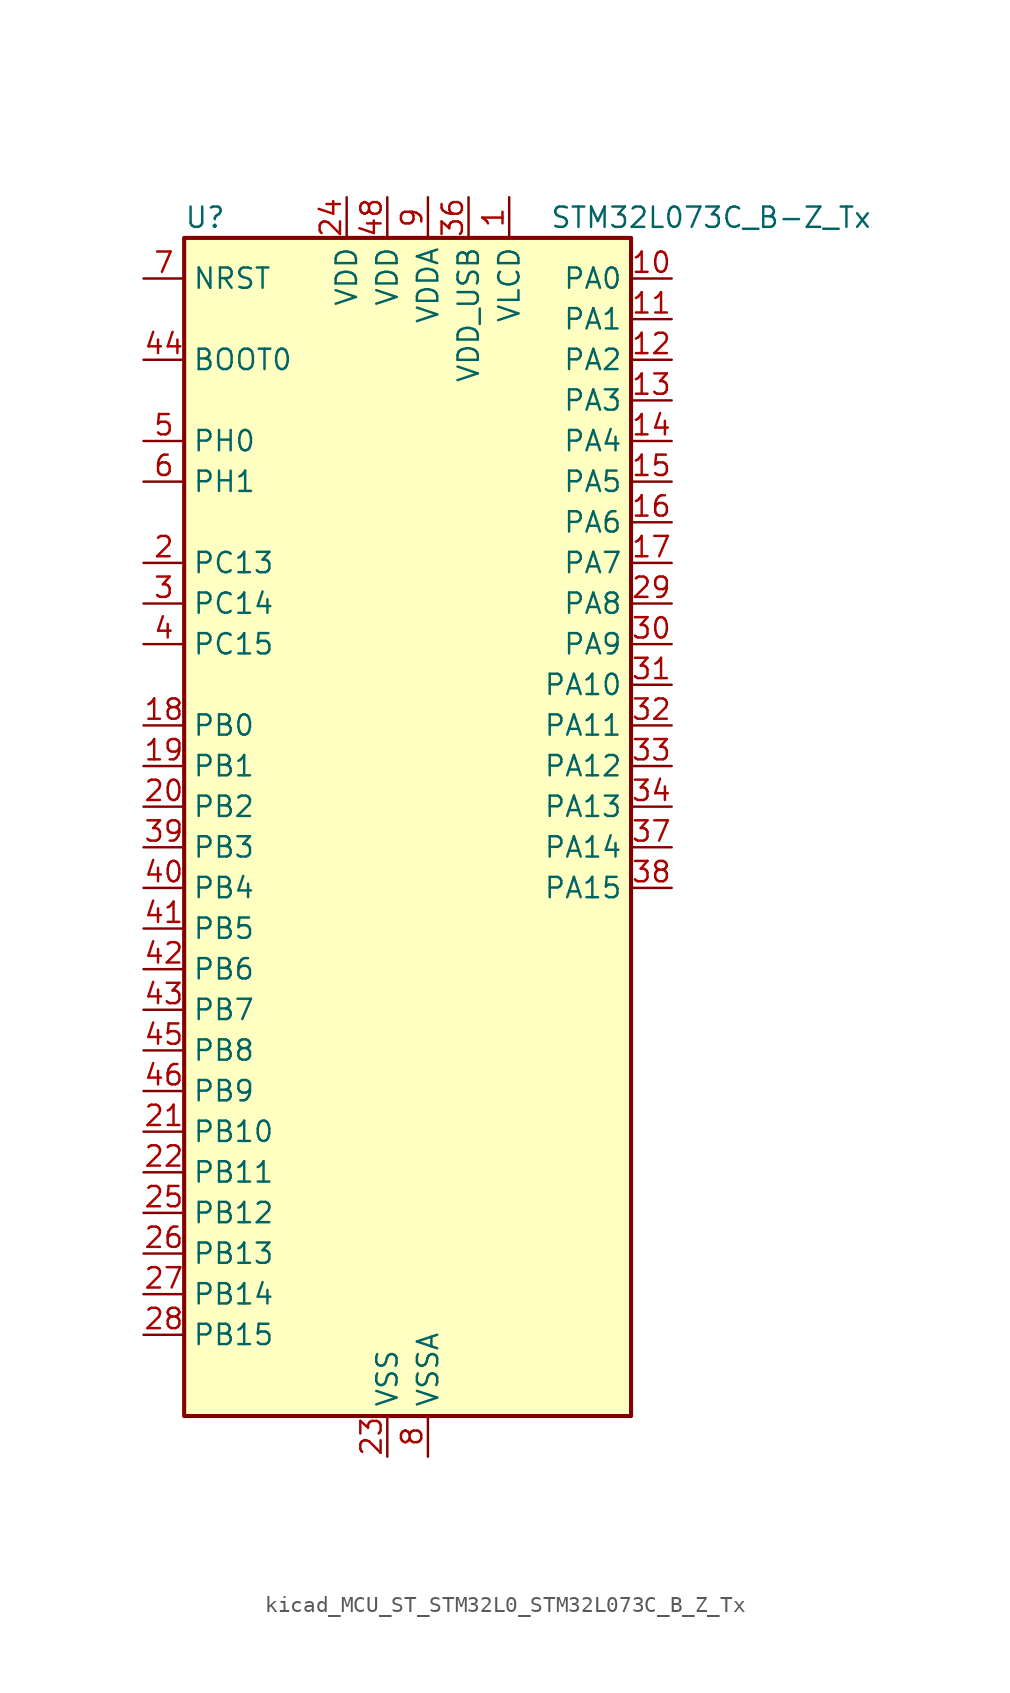
<source format=kicad_sym>
(kicad_symbol_lib
  (version 20220914)
  (generator kicad_symbol_editor)
  (symbol "kicad_MCU_ST_STM32L0_STM32L073C_B_Z_Tx"
    (property "Reference" "U"
      (at -12.7 39.37 0)
      (effects (font (size 1.27 1.27)) (justify left)))
    (property "Value" "STM32L073C_B-Z_Tx"
      (at 10.16 39.37 0)
      (effects (font (size 1.27 1.27)) (justify left)))
    (property "ki_locked" ""
      (at 0 0 0)
      (effects (font (size 1.27 1.27))))
    (symbol "kicad_MCU_ST_STM32L0_STM32L073C_B_Z_Tx_0_1"
      (rectangle (start -12.7 -35.56) (end 15.24 38.1) (stroke (width 0.254) (type default)) (fill (type background))))
    (symbol "kicad_MCU_ST_STM32L0_STM32L073C_B_Z_Tx_1_1"
      (pin power_in line (at 7.62 40.64 270) (length 2.54) (name "VLCD" (effects (font (size 1.27 1.27)))) (number "1" (effects (font (size 1.27 1.27)))))
      (pin bidirectional line (at 17.78 35.56 180) (length 2.54) (name "PA0" (effects (font (size 1.27 1.27)))) (number "10" (effects (font (size 1.27 1.27)))) (alternate "ADC_IN0" bidirectional line) (alternate "COMP1_INM" bidirectional line) (alternate "COMP1_OUT" bidirectional line) (alternate "RTC_TAMP2" bidirectional line) (alternate "SYS_WKUP1" bidirectional line) (alternate "TIM2_CH1" bidirectional line) (alternate "TIM2_ETR" bidirectional line) (alternate "TSC_G1_IO1" bidirectional line) (alternate "USART2_CTS" bidirectional line) (alternate "USART4_TX" bidirectional line))
      (pin bidirectional line (at 17.78 33.02 180) (length 2.54) (name "PA1" (effects (font (size 1.27 1.27)))) (number "11" (effects (font (size 1.27 1.27)))) (alternate "ADC_IN1" bidirectional line) (alternate "COMP1_INP" bidirectional line) (alternate "LCD_SEG0" bidirectional line) (alternate "TIM21_ETR" bidirectional line) (alternate "TIM2_CH2" bidirectional line) (alternate "TSC_G1_IO2" bidirectional line) (alternate "USART2_DE" bidirectional line) (alternate "USART2_RTS" bidirectional line) (alternate "USART4_RX" bidirectional line))
      (pin bidirectional line (at 17.78 30.48 180) (length 2.54) (name "PA2" (effects (font (size 1.27 1.27)))) (number "12" (effects (font (size 1.27 1.27)))) (alternate "ADC_IN2" bidirectional line) (alternate "COMP2_INM" bidirectional line) (alternate "COMP2_OUT" bidirectional line) (alternate "LCD_SEG1" bidirectional line) (alternate "LPUART1_TX" bidirectional line) (alternate "TIM21_CH1" bidirectional line) (alternate "TIM2_CH3" bidirectional line) (alternate "TSC_G1_IO3" bidirectional line) (alternate "USART2_TX" bidirectional line))
      (pin bidirectional line (at 17.78 27.94 180) (length 2.54) (name "PA3" (effects (font (size 1.27 1.27)))) (number "13" (effects (font (size 1.27 1.27)))) (alternate "ADC_IN3" bidirectional line) (alternate "COMP2_INP" bidirectional line) (alternate "LCD_SEG2" bidirectional line) (alternate "LPUART1_RX" bidirectional line) (alternate "TIM21_CH2" bidirectional line) (alternate "TIM2_CH4" bidirectional line) (alternate "TSC_G1_IO4" bidirectional line) (alternate "USART2_RX" bidirectional line))
      (pin bidirectional line (at 17.78 25.4 180) (length 2.54) (name "PA4" (effects (font (size 1.27 1.27)))) (number "14" (effects (font (size 1.27 1.27)))) (alternate "ADC_IN4" bidirectional line) (alternate "COMP1_INM" bidirectional line) (alternate "COMP2_INM" bidirectional line) (alternate "DAC_OUT1" bidirectional line) (alternate "SPI1_NSS" bidirectional line) (alternate "TIM22_ETR" bidirectional line) (alternate "TSC_G2_IO1" bidirectional line) (alternate "USART2_CK" bidirectional line))
      (pin bidirectional line (at 17.78 22.86 180) (length 2.54) (name "PA5" (effects (font (size 1.27 1.27)))) (number "15" (effects (font (size 1.27 1.27)))) (alternate "ADC_IN5" bidirectional line) (alternate "COMP1_INM" bidirectional line) (alternate "COMP2_INM" bidirectional line) (alternate "DAC_OUT2" bidirectional line) (alternate "SPI1_SCK" bidirectional line) (alternate "TIM2_CH1" bidirectional line) (alternate "TIM2_ETR" bidirectional line) (alternate "TSC_G2_IO2" bidirectional line))
      (pin bidirectional line (at 17.78 20.32 180) (length 2.54) (name "PA6" (effects (font (size 1.27 1.27)))) (number "16" (effects (font (size 1.27 1.27)))) (alternate "ADC_IN6" bidirectional line) (alternate "COMP1_OUT" bidirectional line) (alternate "LCD_SEG3" bidirectional line) (alternate "LPUART1_CTS" bidirectional line) (alternate "SPI1_MISO" bidirectional line) (alternate "TIM22_CH1" bidirectional line) (alternate "TIM3_CH1" bidirectional line) (alternate "TSC_G2_IO3" bidirectional line))
      (pin bidirectional line (at 17.78 17.78 180) (length 2.54) (name "PA7" (effects (font (size 1.27 1.27)))) (number "17" (effects (font (size 1.27 1.27)))) (alternate "ADC_IN7" bidirectional line) (alternate "COMP2_OUT" bidirectional line) (alternate "LCD_SEG4" bidirectional line) (alternate "SPI1_MOSI" bidirectional line) (alternate "TIM22_CH2" bidirectional line) (alternate "TIM3_CH2" bidirectional line) (alternate "TSC_G2_IO4" bidirectional line))
      (pin bidirectional line (at -15.24 7.62 0) (length 2.54) (name "PB0" (effects (font (size 1.27 1.27)))) (number "18" (effects (font (size 1.27 1.27)))) (alternate "ADC_IN8" bidirectional line) (alternate "LCD_SEG5" bidirectional line) (alternate "LCD_VLCD3" bidirectional line) (alternate "SYS_VREF_OUT_PB0" bidirectional line) (alternate "TIM3_CH3" bidirectional line) (alternate "TSC_G3_IO2" bidirectional line))
      (pin bidirectional line (at -15.24 5.08 0) (length 2.54) (name "PB1" (effects (font (size 1.27 1.27)))) (number "19" (effects (font (size 1.27 1.27)))) (alternate "ADC_IN9" bidirectional line) (alternate "LCD_SEG6" bidirectional line) (alternate "LPUART1_DE" bidirectional line) (alternate "LPUART1_RTS" bidirectional line) (alternate "SYS_VREF_OUT_PB1" bidirectional line) (alternate "TIM3_CH4" bidirectional line) (alternate "TSC_G3_IO3" bidirectional line))
      (pin bidirectional line (at -15.24 17.78 0) (length 2.54) (name "PC13" (effects (font (size 1.27 1.27)))) (number "2" (effects (font (size 1.27 1.27)))) (alternate "RTC_OUT_ALARM" bidirectional line) (alternate "RTC_OUT_CALIB" bidirectional line) (alternate "RTC_TAMP1" bidirectional line) (alternate "RTC_TS" bidirectional line) (alternate "SYS_WKUP2" bidirectional line))
      (pin bidirectional line (at -15.24 2.54 0) (length 2.54) (name "PB2" (effects (font (size 1.27 1.27)))) (number "20" (effects (font (size 1.27 1.27)))) (alternate "I2C3_SMBA" bidirectional line) (alternate "LCD_VLCD2" bidirectional line) (alternate "LPTIM1_OUT" bidirectional line) (alternate "TSC_G3_IO4" bidirectional line))
      (pin bidirectional line (at -15.24 -17.78 0) (length 2.54) (name "PB10" (effects (font (size 1.27 1.27)))) (number "21" (effects (font (size 1.27 1.27)))) (alternate "I2C2_SCL" bidirectional line) (alternate "LCD_SEG10" bidirectional line) (alternate "LPUART1_RX" bidirectional line) (alternate "LPUART1_TX" bidirectional line) (alternate "SPI2_SCK" bidirectional line) (alternate "TIM2_CH3" bidirectional line) (alternate "TSC_SYNC" bidirectional line))
      (pin bidirectional line (at -15.24 -20.32 0) (length 2.54) (name "PB11" (effects (font (size 1.27 1.27)))) (number "22" (effects (font (size 1.27 1.27)))) (alternate "ADC_EXTI11" bidirectional line) (alternate "I2C2_SDA" bidirectional line) (alternate "LCD_SEG11" bidirectional line) (alternate "LPUART1_RX" bidirectional line) (alternate "LPUART1_TX" bidirectional line) (alternate "TIM2_CH4" bidirectional line) (alternate "TSC_G6_IO1" bidirectional line))
      (pin power_in line (at 0 -38.1 90) (length 2.54) (name "VSS" (effects (font (size 1.27 1.27)))) (number "23" (effects (font (size 1.27 1.27)))))
      (pin power_in line (at -2.54 40.64 270) (length 2.54) (name "VDD" (effects (font (size 1.27 1.27)))) (number "24" (effects (font (size 1.27 1.27)))))
      (pin bidirectional line (at -15.24 -22.86 0) (length 2.54) (name "PB12" (effects (font (size 1.27 1.27)))) (number "25" (effects (font (size 1.27 1.27)))) (alternate "I2S2_WS" bidirectional line) (alternate "LCD_SEG12" bidirectional line) (alternate "LCD_VLCD2" bidirectional line) (alternate "LPUART1_DE" bidirectional line) (alternate "LPUART1_RTS" bidirectional line) (alternate "SPI2_NSS" bidirectional line) (alternate "TSC_G6_IO2" bidirectional line))
      (pin bidirectional line (at -15.24 -25.4 0) (length 2.54) (name "PB13" (effects (font (size 1.27 1.27)))) (number "26" (effects (font (size 1.27 1.27)))) (alternate "I2C2_SCL" bidirectional line) (alternate "I2S2_CK" bidirectional line) (alternate "LCD_SEG13" bidirectional line) (alternate "LPUART1_CTS" bidirectional line) (alternate "RCC_MCO" bidirectional line) (alternate "SPI2_SCK" bidirectional line) (alternate "TIM21_CH1" bidirectional line) (alternate "TSC_G6_IO3" bidirectional line))
      (pin bidirectional line (at -15.24 -27.94 0) (length 2.54) (name "PB14" (effects (font (size 1.27 1.27)))) (number "27" (effects (font (size 1.27 1.27)))) (alternate "I2C2_SDA" bidirectional line) (alternate "I2S2_MCK" bidirectional line) (alternate "LCD_SEG14" bidirectional line) (alternate "LPUART1_DE" bidirectional line) (alternate "LPUART1_RTS" bidirectional line) (alternate "RTC_OUT_ALARM" bidirectional line) (alternate "RTC_OUT_CALIB" bidirectional line) (alternate "SPI2_MISO" bidirectional line) (alternate "TIM21_CH2" bidirectional line) (alternate "TSC_G6_IO4" bidirectional line))
      (pin bidirectional line (at -15.24 -30.48 0) (length 2.54) (name "PB15" (effects (font (size 1.27 1.27)))) (number "28" (effects (font (size 1.27 1.27)))) (alternate "I2S2_SD" bidirectional line) (alternate "LCD_SEG15" bidirectional line) (alternate "RTC_REFIN" bidirectional line) (alternate "SPI2_MOSI" bidirectional line))
      (pin bidirectional line (at 17.78 15.24 180) (length 2.54) (name "PA8" (effects (font (size 1.27 1.27)))) (number "29" (effects (font (size 1.27 1.27)))) (alternate "CRS_SYNC" bidirectional line) (alternate "I2C3_SCL" bidirectional line) (alternate "LCD_COM0" bidirectional line) (alternate "RCC_MCO" bidirectional line) (alternate "USART1_CK" bidirectional line))
      (pin bidirectional line (at -15.24 15.24 0) (length 2.54) (name "PC14" (effects (font (size 1.27 1.27)))) (number "3" (effects (font (size 1.27 1.27)))) (alternate "RCC_OSC32_IN" bidirectional line))
      (pin bidirectional line (at 17.78 12.7 180) (length 2.54) (name "PA9" (effects (font (size 1.27 1.27)))) (number "30" (effects (font (size 1.27 1.27)))) (alternate "DAC_EXTI9" bidirectional line) (alternate "I2C1_SCL" bidirectional line) (alternate "I2C3_SMBA" bidirectional line) (alternate "LCD_COM1" bidirectional line) (alternate "RCC_MCO" bidirectional line) (alternate "TSC_G4_IO1" bidirectional line) (alternate "USART1_TX" bidirectional line))
      (pin bidirectional line (at 17.78 10.16 180) (length 2.54) (name "PA10" (effects (font (size 1.27 1.27)))) (number "31" (effects (font (size 1.27 1.27)))) (alternate "I2C1_SDA" bidirectional line) (alternate "LCD_COM2" bidirectional line) (alternate "TSC_G4_IO2" bidirectional line) (alternate "USART1_RX" bidirectional line))
      (pin bidirectional line (at 17.78 7.62 180) (length 2.54) (name "PA11" (effects (font (size 1.27 1.27)))) (number "32" (effects (font (size 1.27 1.27)))) (alternate "ADC_EXTI11" bidirectional line) (alternate "COMP1_OUT" bidirectional line) (alternate "SPI1_MISO" bidirectional line) (alternate "TSC_G4_IO3" bidirectional line) (alternate "USART1_CTS" bidirectional line) (alternate "USB_DM" bidirectional line))
      (pin bidirectional line (at 17.78 5.08 180) (length 2.54) (name "PA12" (effects (font (size 1.27 1.27)))) (number "33" (effects (font (size 1.27 1.27)))) (alternate "COMP2_OUT" bidirectional line) (alternate "SPI1_MOSI" bidirectional line) (alternate "TSC_G4_IO4" bidirectional line) (alternate "USART1_DE" bidirectional line) (alternate "USART1_RTS" bidirectional line) (alternate "USB_DP" bidirectional line))
      (pin bidirectional line (at 17.78 2.54 180) (length 2.54) (name "PA13" (effects (font (size 1.27 1.27)))) (number "34" (effects (font (size 1.27 1.27)))) (alternate "LPUART1_RX" bidirectional line) (alternate "SYS_SWDIO" bidirectional line) (alternate "USB_NOE" bidirectional line))
      (pin passive line (at 0 -38.1 90) (length 2.54) hide (name "VSS" (effects (font (size 1.27 1.27)))) (number "35" (effects (font (size 1.27 1.27)))))
      (pin power_in line (at 5.08 40.64 270) (length 2.54) (name "VDD_USB" (effects (font (size 1.27 1.27)))) (number "36" (effects (font (size 1.27 1.27)))))
      (pin bidirectional line (at 17.78 0 180) (length 2.54) (name "PA14" (effects (font (size 1.27 1.27)))) (number "37" (effects (font (size 1.27 1.27)))) (alternate "LPUART1_TX" bidirectional line) (alternate "SYS_SWCLK" bidirectional line) (alternate "USART2_TX" bidirectional line))
      (pin bidirectional line (at 17.78 -2.54 180) (length 2.54) (name "PA15" (effects (font (size 1.27 1.27)))) (number "38" (effects (font (size 1.27 1.27)))) (alternate "LCD_SEG17" bidirectional line) (alternate "SPI1_NSS" bidirectional line) (alternate "TIM2_CH1" bidirectional line) (alternate "TIM2_ETR" bidirectional line) (alternate "USART2_RX" bidirectional line) (alternate "USART4_DE" bidirectional line) (alternate "USART4_RTS" bidirectional line))
      (pin bidirectional line (at -15.24 0 0) (length 2.54) (name "PB3" (effects (font (size 1.27 1.27)))) (number "39" (effects (font (size 1.27 1.27)))) (alternate "COMP2_INM" bidirectional line) (alternate "LCD_SEG7" bidirectional line) (alternate "SPI1_SCK" bidirectional line) (alternate "TIM2_CH2" bidirectional line) (alternate "TSC_G5_IO1" bidirectional line) (alternate "USART1_DE" bidirectional line) (alternate "USART1_RTS" bidirectional line) (alternate "USART5_TX" bidirectional line))
      (pin bidirectional line (at -15.24 12.7 0) (length 2.54) (name "PC15" (effects (font (size 1.27 1.27)))) (number "4" (effects (font (size 1.27 1.27)))) (alternate "RCC_OSC32_OUT" bidirectional line))
      (pin bidirectional line (at -15.24 -2.54 0) (length 2.54) (name "PB4" (effects (font (size 1.27 1.27)))) (number "40" (effects (font (size 1.27 1.27)))) (alternate "COMP2_INP" bidirectional line) (alternate "I2C3_SDA" bidirectional line) (alternate "LCD_SEG8" bidirectional line) (alternate "SPI1_MISO" bidirectional line) (alternate "TIM22_CH1" bidirectional line) (alternate "TIM3_CH1" bidirectional line) (alternate "TSC_G5_IO2" bidirectional line) (alternate "USART1_CTS" bidirectional line) (alternate "USART5_RX" bidirectional line))
      (pin bidirectional line (at -15.24 -5.08 0) (length 2.54) (name "PB5" (effects (font (size 1.27 1.27)))) (number "41" (effects (font (size 1.27 1.27)))) (alternate "COMP2_INP" bidirectional line) (alternate "I2C1_SMBA" bidirectional line) (alternate "LCD_SEG9" bidirectional line) (alternate "LPTIM1_IN1" bidirectional line) (alternate "SPI1_MOSI" bidirectional line) (alternate "TIM22_CH2" bidirectional line) (alternate "TIM3_CH2" bidirectional line) (alternate "USART1_CK" bidirectional line) (alternate "USART5_CK" bidirectional line) (alternate "USART5_DE" bidirectional line) (alternate "USART5_RTS" bidirectional line))
      (pin bidirectional line (at -15.24 -7.62 0) (length 2.54) (name "PB6" (effects (font (size 1.27 1.27)))) (number "42" (effects (font (size 1.27 1.27)))) (alternate "COMP2_INP" bidirectional line) (alternate "I2C1_SCL" bidirectional line) (alternate "LPTIM1_ETR" bidirectional line) (alternate "TSC_G5_IO3" bidirectional line) (alternate "USART1_TX" bidirectional line))
      (pin bidirectional line (at -15.24 -10.16 0) (length 2.54) (name "PB7" (effects (font (size 1.27 1.27)))) (number "43" (effects (font (size 1.27 1.27)))) (alternate "COMP2_INP" bidirectional line) (alternate "I2C1_SDA" bidirectional line) (alternate "LPTIM1_IN2" bidirectional line) (alternate "SYS_PVD_IN" bidirectional line) (alternate "TSC_G5_IO4" bidirectional line) (alternate "USART1_RX" bidirectional line) (alternate "USART4_CTS" bidirectional line))
      (pin input line (at -15.24 30.48 0) (length 2.54) (name "BOOT0" (effects (font (size 1.27 1.27)))) (number "44" (effects (font (size 1.27 1.27)))))
      (pin bidirectional line (at -15.24 -12.7 0) (length 2.54) (name "PB8" (effects (font (size 1.27 1.27)))) (number "45" (effects (font (size 1.27 1.27)))) (alternate "I2C1_SCL" bidirectional line) (alternate "LCD_SEG16" bidirectional line) (alternate "TSC_SYNC" bidirectional line))
      (pin bidirectional line (at -15.24 -15.24 0) (length 2.54) (name "PB9" (effects (font (size 1.27 1.27)))) (number "46" (effects (font (size 1.27 1.27)))) (alternate "DAC_EXTI9" bidirectional line) (alternate "I2C1_SDA" bidirectional line) (alternate "I2S2_WS" bidirectional line) (alternate "LCD_COM3" bidirectional line) (alternate "SPI2_NSS" bidirectional line))
      (pin passive line (at 0 -38.1 90) (length 2.54) hide (name "VSS" (effects (font (size 1.27 1.27)))) (number "47" (effects (font (size 1.27 1.27)))))
      (pin power_in line (at 0 40.64 270) (length 2.54) (name "VDD" (effects (font (size 1.27 1.27)))) (number "48" (effects (font (size 1.27 1.27)))))
      (pin bidirectional line (at -15.24 25.4 0) (length 2.54) (name "PH0" (effects (font (size 1.27 1.27)))) (number "5" (effects (font (size 1.27 1.27)))) (alternate "CRS_SYNC" bidirectional line) (alternate "RCC_OSC_IN" bidirectional line))
      (pin bidirectional line (at -15.24 22.86 0) (length 2.54) (name "PH1" (effects (font (size 1.27 1.27)))) (number "6" (effects (font (size 1.27 1.27)))) (alternate "RCC_OSC_OUT" bidirectional line))
      (pin input line (at -15.24 35.56 0) (length 2.54) (name "NRST" (effects (font (size 1.27 1.27)))) (number "7" (effects (font (size 1.27 1.27)))))
      (pin power_in line (at 2.54 -38.1 90) (length 2.54) (name "VSSA" (effects (font (size 1.27 1.27)))) (number "8" (effects (font (size 1.27 1.27)))))
      (pin power_in line (at 2.54 40.64 270) (length 2.54) (name "VDDA" (effects (font (size 1.27 1.27)))) (number "9" (effects (font (size 1.27 1.27))))))))
</source>
